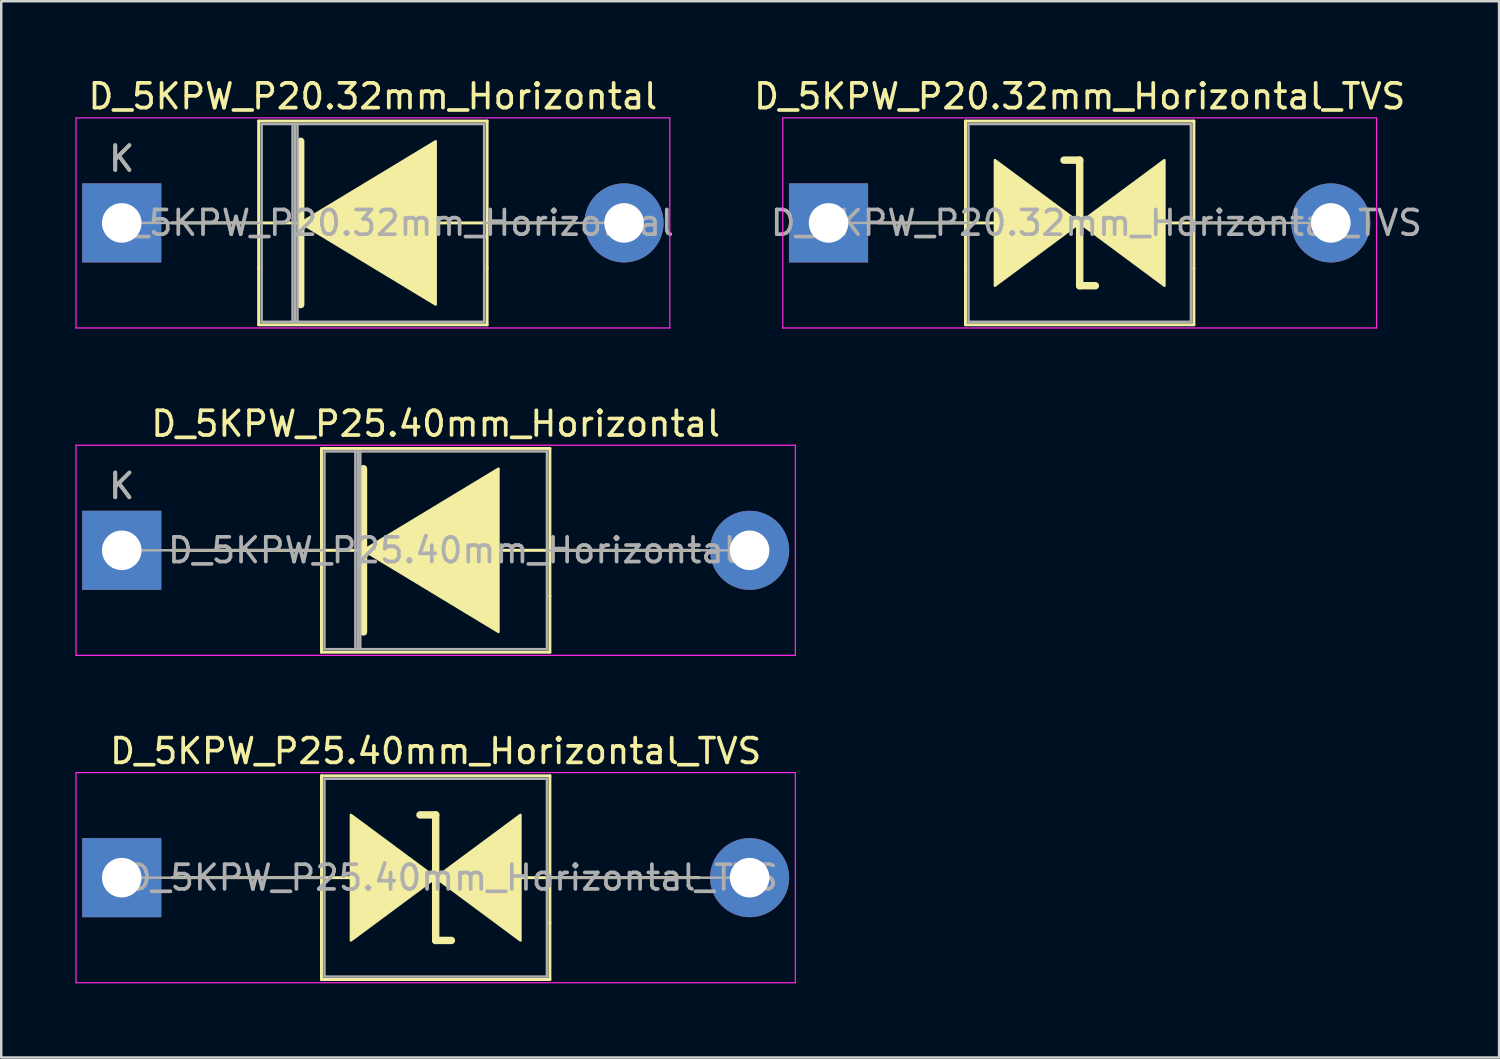
<source format=kicad_pcb>
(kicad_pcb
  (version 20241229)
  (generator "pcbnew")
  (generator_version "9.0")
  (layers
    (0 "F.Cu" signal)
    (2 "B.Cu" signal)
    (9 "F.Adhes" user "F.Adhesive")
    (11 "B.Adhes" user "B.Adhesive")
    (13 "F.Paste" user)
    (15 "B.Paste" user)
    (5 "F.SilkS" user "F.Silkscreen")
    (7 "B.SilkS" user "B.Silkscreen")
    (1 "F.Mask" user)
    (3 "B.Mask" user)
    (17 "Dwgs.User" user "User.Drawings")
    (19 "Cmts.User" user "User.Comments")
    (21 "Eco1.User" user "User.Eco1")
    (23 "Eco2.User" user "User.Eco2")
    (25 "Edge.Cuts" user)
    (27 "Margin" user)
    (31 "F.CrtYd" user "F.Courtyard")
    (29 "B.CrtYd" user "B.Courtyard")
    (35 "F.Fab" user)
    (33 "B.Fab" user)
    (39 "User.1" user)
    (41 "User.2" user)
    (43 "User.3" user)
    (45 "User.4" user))
  (footprint "D_5KPW_P25.40mm_Horizontal"
    (layer "F.Cu")
    (at 1.875 19.212)
    (property "Reference" "D_5KPW_P25.40mm_Horizontal" (at 12.7 -5.12 0) (layer "F.SilkS") (effects (font (size 1 1) (thickness 0.15))))
    (attr through_hole)
    (fp_line (start 2.032 0) (end 9.779 0) (stroke (width 0.12) (type solid)) (layer "F.SilkS"))
    (fp_line (start 8.08 -4.12) (end 17.32 -4.12) (stroke (width 0.12) (type solid)) (layer "F.SilkS"))
    (fp_line (start 8.08 1.84) (end 8.08 -4.12) (stroke (width 0.12) (type solid)) (layer "F.SilkS"))
    (fp_line (start 8.08 1.84) (end 8.08 4.12) (stroke (width 0.12) (type solid)) (layer "F.SilkS"))
    (fp_line (start 8.08 4.12) (end 17.32 4.12) (stroke (width 0.12) (type solid)) (layer "F.SilkS"))
    (fp_line (start 9.779 3.302) (end 9.779 -3.302) (stroke (width 0.3) (type solid)) (layer "F.SilkS"))
    (fp_line (start 17.32 -4.12) (end 17.32 1.84) (stroke (width 0.12) (type solid)) (layer "F.SilkS"))
    (fp_line (start 17.32 4.12) (end 17.32 1.84) (stroke (width 0.12) (type solid)) (layer "F.SilkS"))
    (fp_line (start 23.368 0) (end 14.75 0) (stroke (width 0.12) (type solid)) (layer "F.SilkS"))
    (fp_poly (pts (xy 15.24 3.302) (xy 9.779 0) (xy 15.24 -3.302)) (stroke (width 0.1) (type solid)) (fill yes) (layer "F.SilkS"))
    (fp_line (start -1.85 -4.25) (end -1.85 4.25) (stroke (width 0.05) (type solid)) (layer "F.CrtYd"))
    (fp_line (start -1.85 4.25) (end 27.25 4.25) (stroke (width 0.05) (type solid)) (layer "F.CrtYd"))
    (fp_line (start 27.25 -4.25) (end -1.85 -4.25) (stroke (width 0.05) (type solid)) (layer "F.CrtYd"))
    (fp_line (start 27.25 4.25) (end 27.25 -4.25) (stroke (width 0.05) (type solid)) (layer "F.CrtYd"))
    (fp_line (start 0 0) (end 8.2 0) (stroke (width 0.1) (type solid)) (layer "F.Fab"))
    (fp_line (start 8.2 -4) (end 8.2 4) (stroke (width 0.1) (type solid)) (layer "F.Fab"))
    (fp_line (start 8.2 4) (end 17.2 4) (stroke (width 0.1) (type solid)) (layer "F.Fab"))
    (fp_line (start 9.45 -4) (end 9.45 4) (stroke (width 0.1) (type solid)) (layer "F.Fab"))
    (fp_line (start 9.55 -4) (end 9.55 4) (stroke (width 0.1) (type solid)) (layer "F.Fab"))
    (fp_line (start 9.65 -4) (end 9.65 4) (stroke (width 0.1) (type solid)) (layer "F.Fab"))
    (fp_line (start 17.2 -4) (end 8.2 -4) (stroke (width 0.1) (type solid)) (layer "F.Fab"))
    (fp_line (start 17.2 4) (end 17.2 -4) (stroke (width 0.1) (type solid)) (layer "F.Fab"))
    (fp_line (start 25.4 0) (end 17.2 0) (stroke (width 0.1) (type solid)) (layer "F.Fab"))
    (fp_text user "K" (at 0 -2.6 0) (layer "F.SilkS") (effects (font (size 1 1) (thickness 0.15))))
    (fp_text user "K" (at 0 -2.6 0) (layer "F.Fab") (effects (font (size 1 1) (thickness 0.15))))
    (fp_text user "${REFERENCE}" (at 13.375 0 0) (layer "F.Fab") (effects (font (size 1 1) (thickness 0.15))))
    (pad "1" thru_hole rect (at 0 0) (size 3.2 3.2) (drill 1.6) (layers "*.Cu" "*.Mask"))
    (pad "2" thru_hole oval (at 25.4 0) (size 3.2 3.2) (drill 1.6) (layers "*.Cu" "*.Mask")))
  (footprint "D_5KPW_P20.32mm_Horizontal_TVS"
    (layer "F.Cu")
    (at 30.467 5.968)
    (property "Reference" "D_5KPW_P20.32mm_Horizontal_TVS" (at 10.16 -5.12 0) (layer "F.SilkS") (effects (font (size 1 1) (thickness 0.15))))
    (attr through_hole)
    (fp_line (start 5.54 -4.12) (end 14.78 -4.12) (stroke (width 0.12) (type solid)) (layer "F.SilkS"))
    (fp_line (start 5.54 1.84) (end 5.54 -4.12) (stroke (width 0.12) (type solid)) (layer "F.SilkS"))
    (fp_line (start 5.54 1.84) (end 5.54 4.12) (stroke (width 0.12) (type solid)) (layer "F.SilkS"))
    (fp_line (start 5.54 4.12) (end 14.78 4.12) (stroke (width 0.12) (type solid)) (layer "F.SilkS"))
    (fp_line (start 6.731 0) (end 2.032 0) (stroke (width 0.12) (type solid)) (layer "F.SilkS"))
    (fp_line (start 10.16 -2.54) (end 9.525 -2.54) (stroke (width 0.3) (type solid)) (layer "F.SilkS"))
    (fp_line (start 10.16 2.54) (end 10.16 -2.54) (stroke (width 0.3) (type solid)) (layer "F.SilkS"))
    (fp_line (start 10.16 2.54) (end 10.795 2.54) (stroke (width 0.3) (type solid)) (layer "F.SilkS"))
    (fp_line (start 14.78 -4.12) (end 14.78 1.84) (stroke (width 0.12) (type solid)) (layer "F.SilkS"))
    (fp_line (start 14.78 4.12) (end 14.78 1.84) (stroke (width 0.12) (type solid)) (layer "F.SilkS"))
    (fp_line (start 18.288 0) (end 13.589 0) (stroke (width 0.12) (type solid)) (layer "F.SilkS"))
    (fp_poly (pts (xy 10.16 0) (xy 6.731 2.54) (xy 6.731 -2.54)) (stroke (width 0.1) (type solid)) (fill yes) (layer "F.SilkS"))
    (fp_poly (pts (xy 10.16 0) (xy 13.589 -2.54) (xy 13.589 2.54)) (stroke (width 0.1) (type solid)) (fill yes) (layer "F.SilkS"))
    (fp_line (start -1.85 -4.25) (end -1.85 4.25) (stroke (width 0.05) (type solid)) (layer "F.CrtYd"))
    (fp_line (start -1.85 4.25) (end 22.17 4.25) (stroke (width 0.05) (type solid)) (layer "F.CrtYd"))
    (fp_line (start 22.17 -4.25) (end -1.85 -4.25) (stroke (width 0.05) (type solid)) (layer "F.CrtYd"))
    (fp_line (start 22.17 4.25) (end 22.17 -4.25) (stroke (width 0.05) (type solid)) (layer "F.CrtYd"))
    (fp_line (start 0 0) (end 5.66 0) (stroke (width 0.1) (type solid)) (layer "F.Fab"))
    (fp_line (start 5.66 -4) (end 5.66 4) (stroke (width 0.1) (type solid)) (layer "F.Fab"))
    (fp_line (start 5.66 4) (end 14.66 4) (stroke (width 0.1) (type solid)) (layer "F.Fab"))
    (fp_line (start 14.66 -4) (end 5.66 -4) (stroke (width 0.1) (type solid)) (layer "F.Fab"))
    (fp_line (start 14.66 4) (end 14.66 -4) (stroke (width 0.1) (type solid)) (layer "F.Fab"))
    (fp_line (start 20.32 0) (end 14.66 0) (stroke (width 0.1) (type solid)) (layer "F.Fab"))
    (fp_text user "${REFERENCE}" (at 10.835 0 0) (layer "F.Fab") (effects (font (size 1 1) (thickness 0.15))))
    (pad "1" thru_hole rect (at 0 0) (size 3.2 3.2) (drill 1.6) (layers "*.Cu" "*.Mask"))
    (pad "2" thru_hole oval (at 20.32 0) (size 3.2 3.2) (drill 1.6) (layers "*.Cu" "*.Mask")))
  (footprint "D_5KPW_P20.32mm_Horizontal"
    (layer "F.Cu")
    (at 1.875 5.968)
    (property "Reference" "D_5KPW_P20.32mm_Horizontal" (at 10.16 -5.12 0) (layer "F.SilkS") (effects (font (size 1 1) (thickness 0.15))))
    (attr through_hole)
    (fp_line (start 2.032 0) (end 7.239 0) (stroke (width 0.12) (type solid)) (layer "F.SilkS"))
    (fp_line (start 5.54 -4.12) (end 14.78 -4.12) (stroke (width 0.12) (type solid)) (layer "F.SilkS"))
    (fp_line (start 5.54 1.84) (end 5.54 -4.12) (stroke (width 0.12) (type solid)) (layer "F.SilkS"))
    (fp_line (start 5.54 1.84) (end 5.54 4.12) (stroke (width 0.12) (type solid)) (layer "F.SilkS"))
    (fp_line (start 5.54 4.12) (end 14.78 4.12) (stroke (width 0.12) (type solid)) (layer "F.SilkS"))
    (fp_line (start 7.239 3.302) (end 7.239 -3.302) (stroke (width 0.3) (type solid)) (layer "F.SilkS"))
    (fp_line (start 14.78 -4.12) (end 14.78 1.84) (stroke (width 0.12) (type solid)) (layer "F.SilkS"))
    (fp_line (start 14.78 4.12) (end 14.78 1.84) (stroke (width 0.12) (type solid)) (layer "F.SilkS"))
    (fp_line (start 18.288 0) (end 12.21 0) (stroke (width 0.12) (type solid)) (layer "F.SilkS"))
    (fp_poly (pts (xy 12.7 3.302) (xy 7.239 0) (xy 12.7 -3.302)) (stroke (width 0.1) (type solid)) (fill yes) (layer "F.SilkS"))
    (fp_line (start -1.85 -4.25) (end -1.85 4.25) (stroke (width 0.05) (type solid)) (layer "F.CrtYd"))
    (fp_line (start -1.85 4.25) (end 22.17 4.25) (stroke (width 0.05) (type solid)) (layer "F.CrtYd"))
    (fp_line (start 22.17 -4.25) (end -1.85 -4.25) (stroke (width 0.05) (type solid)) (layer "F.CrtYd"))
    (fp_line (start 22.17 4.25) (end 22.17 -4.25) (stroke (width 0.05) (type solid)) (layer "F.CrtYd"))
    (fp_line (start 0 0) (end 5.66 0) (stroke (width 0.1) (type solid)) (layer "F.Fab"))
    (fp_line (start 5.66 -4) (end 5.66 4) (stroke (width 0.1) (type solid)) (layer "F.Fab"))
    (fp_line (start 5.66 4) (end 14.66 4) (stroke (width 0.1) (type solid)) (layer "F.Fab"))
    (fp_line (start 6.91 -4) (end 6.91 4) (stroke (width 0.1) (type solid)) (layer "F.Fab"))
    (fp_line (start 7.01 -4) (end 7.01 4) (stroke (width 0.1) (type solid)) (layer "F.Fab"))
    (fp_line (start 7.11 -4) (end 7.11 4) (stroke (width 0.1) (type solid)) (layer "F.Fab"))
    (fp_line (start 14.66 -4) (end 5.66 -4) (stroke (width 0.1) (type solid)) (layer "F.Fab"))
    (fp_line (start 14.66 4) (end 14.66 -4) (stroke (width 0.1) (type solid)) (layer "F.Fab"))
    (fp_line (start 20.32 0) (end 14.66 0) (stroke (width 0.1) (type solid)) (layer "F.Fab"))
    (fp_text user "K" (at 0 -2.6 0) (layer "F.SilkS") (effects (font (size 1 1) (thickness 0.15))))
    (fp_text user "${REFERENCE}" (at 10.835 0 0) (layer "F.Fab") (effects (font (size 1 1) (thickness 0.15))))
    (fp_text user "K" (at 0 -2.6 0) (layer "F.Fab") (effects (font (size 1 1) (thickness 0.15))))
    (pad "1" thru_hole rect (at 0 0) (size 3.2 3.2) (drill 1.6) (layers "*.Cu" "*.Mask"))
    (pad "2" thru_hole oval (at 20.32 0) (size 3.2 3.2) (drill 1.6) (layers "*.Cu" "*.Mask")))
  (footprint "D_5KPW_P25.40mm_Horizontal_TVS"
    (layer "F.Cu")
    (at 1.875 32.455)
    (property "Reference" "D_5KPW_P25.40mm_Horizontal_TVS" (at 12.7 -5.12 0) (layer "F.SilkS") (effects (font (size 1 1) (thickness 0.15))))
    (attr through_hole)
    (fp_line (start 8.08 -4.12) (end 17.32 -4.12) (stroke (width 0.12) (type solid)) (layer "F.SilkS"))
    (fp_line (start 8.08 1.84) (end 8.08 -4.12) (stroke (width 0.12) (type solid)) (layer "F.SilkS"))
    (fp_line (start 8.08 1.84) (end 8.08 4.12) (stroke (width 0.12) (type solid)) (layer "F.SilkS"))
    (fp_line (start 8.08 4.12) (end 17.32 4.12) (stroke (width 0.12) (type solid)) (layer "F.SilkS"))
    (fp_line (start 9.271 0) (end 2.032 0) (stroke (width 0.12) (type solid)) (layer "F.SilkS"))
    (fp_line (start 12.7 -2.54) (end 12.065 -2.54) (stroke (width 0.3) (type solid)) (layer "F.SilkS"))
    (fp_line (start 12.7 2.54) (end 12.7 -2.54) (stroke (width 0.3) (type solid)) (layer "F.SilkS"))
    (fp_line (start 13.335 2.54) (end 12.7 2.54) (stroke (width 0.3) (type solid)) (layer "F.SilkS"))
    (fp_line (start 17.32 -4.12) (end 17.32 1.84) (stroke (width 0.12) (type solid)) (layer "F.SilkS"))
    (fp_line (start 17.32 4.12) (end 17.32 1.84) (stroke (width 0.12) (type solid)) (layer "F.SilkS"))
    (fp_line (start 23.368 0) (end 16.129 0) (stroke (width 0.12) (type solid)) (layer "F.SilkS"))
    (fp_poly (pts (xy 12.7 0) (xy 9.271 2.54) (xy 9.271 -2.54)) (stroke (width 0.1) (type solid)) (fill yes) (layer "F.SilkS"))
    (fp_poly (pts (xy 12.7 0) (xy 16.129 -2.54) (xy 16.129 2.54)) (stroke (width 0.1) (type solid)) (fill yes) (layer "F.SilkS"))
    (fp_line (start -1.85 -4.25) (end -1.85 4.25) (stroke (width 0.05) (type solid)) (layer "F.CrtYd"))
    (fp_line (start -1.85 4.25) (end 27.25 4.25) (stroke (width 0.05) (type solid)) (layer "F.CrtYd"))
    (fp_line (start 27.25 -4.25) (end -1.85 -4.25) (stroke (width 0.05) (type solid)) (layer "F.CrtYd"))
    (fp_line (start 27.25 4.25) (end 27.25 -4.25) (stroke (width 0.05) (type solid)) (layer "F.CrtYd"))
    (fp_line (start 0 0) (end 8.2 0) (stroke (width 0.1) (type solid)) (layer "F.Fab"))
    (fp_line (start 8.2 -4) (end 8.2 4) (stroke (width 0.1) (type solid)) (layer "F.Fab"))
    (fp_line (start 8.2 4) (end 17.2 4) (stroke (width 0.1) (type solid)) (layer "F.Fab"))
    (fp_line (start 17.2 -4) (end 8.2 -4) (stroke (width 0.1) (type solid)) (layer "F.Fab"))
    (fp_line (start 17.2 4) (end 17.2 -4) (stroke (width 0.1) (type solid)) (layer "F.Fab"))
    (fp_line (start 25.4 0) (end 17.2 0) (stroke (width 0.1) (type solid)) (layer "F.Fab"))
    (fp_text user "${REFERENCE}" (at 13.375 0 0) (layer "F.Fab") (effects (font (size 1 1) (thickness 0.15))))
    (pad "1" thru_hole rect (at 0 0) (size 3.2 3.2) (drill 1.6) (layers "*.Cu" "*.Mask"))
    (pad "2" thru_hole oval (at 25.4 0) (size 3.2 3.2) (drill 1.6) (layers "*.Cu" "*.Mask")))
  (gr_rect
    (start -3 -3)
    (end 57.593 39.73)
    (stroke (width 0.1) (type default))
    (fill no)
    (layer "Edge.Cuts")))
</source>
